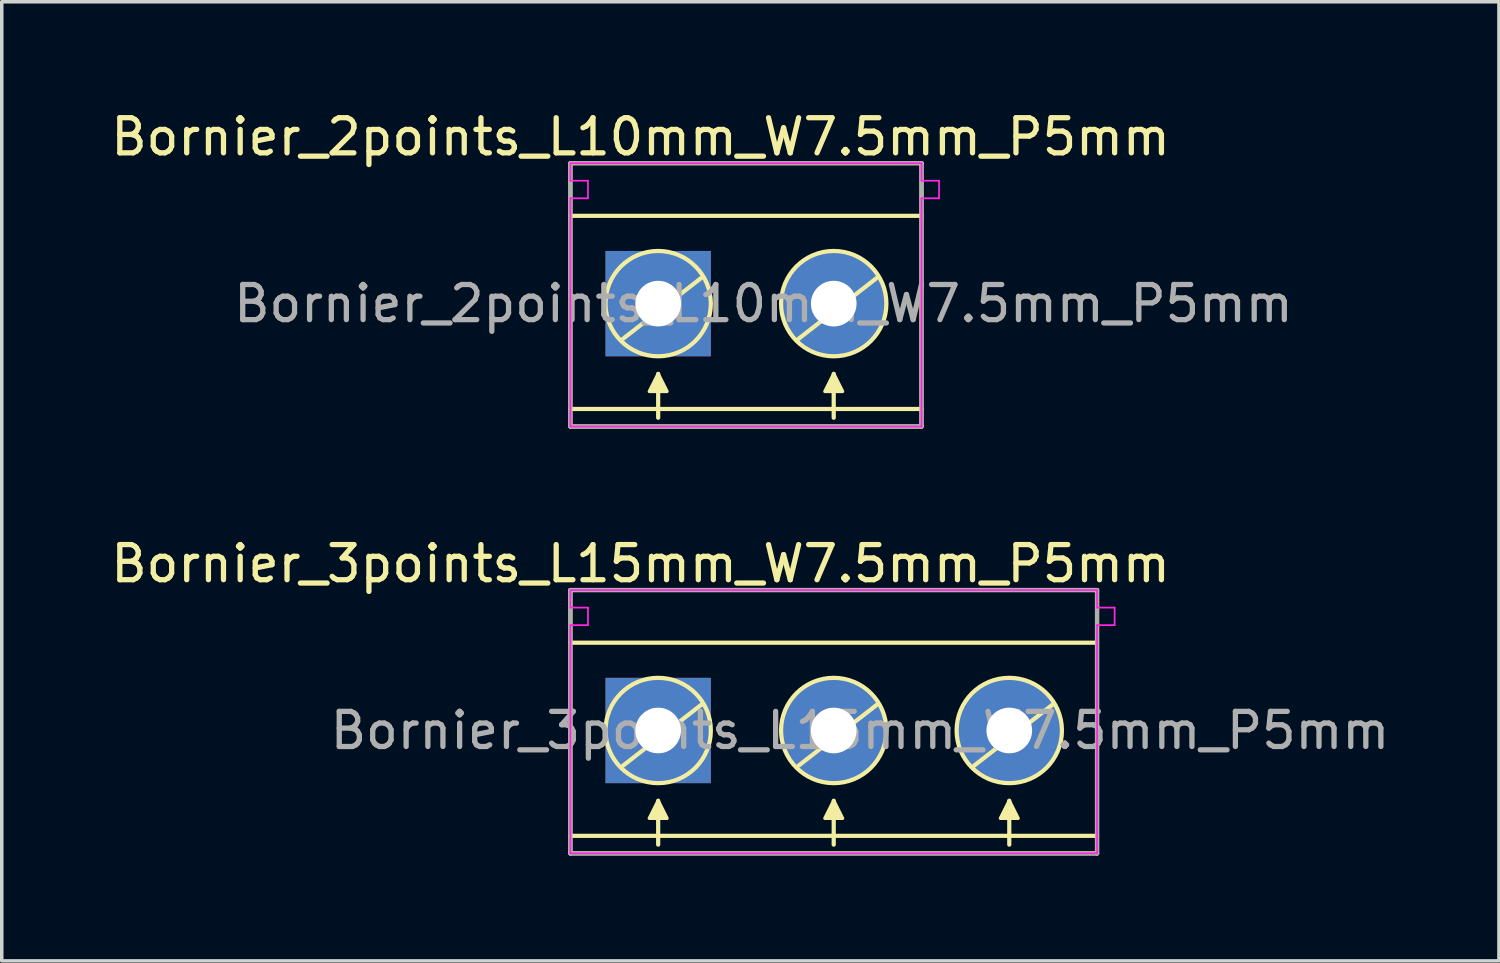
<source format=kicad_pcb>
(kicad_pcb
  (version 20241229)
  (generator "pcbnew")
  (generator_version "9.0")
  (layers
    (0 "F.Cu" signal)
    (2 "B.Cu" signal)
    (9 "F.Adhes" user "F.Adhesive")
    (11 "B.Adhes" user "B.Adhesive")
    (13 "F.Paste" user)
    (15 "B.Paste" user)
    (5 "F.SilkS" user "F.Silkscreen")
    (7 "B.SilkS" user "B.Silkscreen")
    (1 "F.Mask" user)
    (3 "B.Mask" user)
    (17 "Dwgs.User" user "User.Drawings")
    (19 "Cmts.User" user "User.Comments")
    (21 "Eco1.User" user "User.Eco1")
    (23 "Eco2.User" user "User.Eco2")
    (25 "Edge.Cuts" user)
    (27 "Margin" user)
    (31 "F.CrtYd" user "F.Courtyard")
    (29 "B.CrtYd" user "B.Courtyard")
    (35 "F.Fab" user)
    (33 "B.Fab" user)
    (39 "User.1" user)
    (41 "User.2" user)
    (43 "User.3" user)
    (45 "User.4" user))
  (footprint "Bornier_3points_L15mm_W7.5mm_P5mm"
    (layer "F.Cu")
    (at 15.696 17.756)
    (property "Reference" "Bornier_3points_L15mm_W7.5mm_P5mm" (at -0.5 -4.75 0) (layer "F.SilkS") (effects (font (size 1 1) (thickness 0.15))))
    (attr through_hole)
    (fp_line (start -2.5 -4) (end 12.5 -4) (stroke (width 0.12) (type solid)) (layer "F.SilkS"))
    (fp_line (start -2.5 -2.5) (end 12.5 -2.5) (stroke (width 0.12) (type solid)) (layer "F.SilkS"))
    (fp_line (start -2.5 3) (end 12.5 3) (stroke (width 0.12) (type solid)) (layer "F.SilkS"))
    (fp_line (start -2.5 3.5) (end -2.5 -4) (stroke (width 0.12) (type solid)) (layer "F.SilkS"))
    (fp_line (start 0 3.25) (end 0 2) (stroke (width 0.12) (type solid)) (layer "F.SilkS"))
    (fp_line (start 1.25 -0.75) (end -1 1) (stroke (width 0.12) (type solid)) (layer "F.SilkS"))
    (fp_line (start 5 3.25) (end 5 2) (stroke (width 0.12) (type solid)) (layer "F.SilkS"))
    (fp_line (start 6.25 -0.75) (end 4 1) (stroke (width 0.12) (type solid)) (layer "F.SilkS"))
    (fp_line (start 10 3.25) (end 10 2) (stroke (width 0.12) (type solid)) (layer "F.SilkS"))
    (fp_line (start 11.25 -0.75) (end 9 1) (stroke (width 0.12) (type solid)) (layer "F.SilkS"))
    (fp_line (start 12.5 -4) (end 12.5 3.5) (stroke (width 0.12) (type solid)) (layer "F.SilkS"))
    (fp_line (start 12.5 3.5) (end -2.5 3.5) (stroke (width 0.12) (type solid)) (layer "F.SilkS"))
    (fp_circle (center 0 0) (end 1.5 0) (stroke (width 0.12) (type solid)) (fill no) (layer "F.SilkS"))
    (fp_circle (center 5 0) (end 6.5 0) (stroke (width 0.12) (type solid)) (fill no) (layer "F.SilkS"))
    (fp_circle (center 10 0) (end 11.5 0) (stroke (width 0.12) (type solid)) (fill no) (layer "F.SilkS"))
    (fp_poly (pts (xy 0.25 2.5) (xy -0.25 2.5) (xy 0 2)) (stroke (width 0.1) (type solid)) (fill yes) (layer "F.SilkS"))
    (fp_poly (pts (xy 5.25 2.5) (xy 4.75 2.5) (xy 5 2)) (stroke (width 0.1) (type solid)) (fill yes) (layer "F.SilkS"))
    (fp_poly (pts (xy 10.25 2.5) (xy 9.75 2.5) (xy 10 2)) (stroke (width 0.1) (type solid)) (fill yes) (layer "F.SilkS"))
    (fp_line (start -2.5 -4) (end 12.5 -4) (stroke (width 0.05) (type solid)) (layer "F.CrtYd"))
    (fp_line (start -2.5 -3.5) (end -2.5 -4) (stroke (width 0.05) (type solid)) (layer "F.CrtYd"))
    (fp_line (start -2.5 -3) (end -2 -3) (stroke (width 0.05) (type solid)) (layer "F.CrtYd"))
    (fp_line (start -2.5 3.5) (end -2.5 -3) (stroke (width 0.05) (type solid)) (layer "F.CrtYd"))
    (fp_line (start -2 -3.5) (end -2.5 -3.5) (stroke (width 0.05) (type solid)) (layer "F.CrtYd"))
    (fp_line (start -2 -3) (end -2 -3.5) (stroke (width 0.05) (type solid)) (layer "F.CrtYd"))
    (fp_line (start 12.5 -4) (end 12.5 -3.5) (stroke (width 0.05) (type solid)) (layer "F.CrtYd"))
    (fp_line (start 12.5 -3.5) (end 13 -3.5) (stroke (width 0.05) (type solid)) (layer "F.CrtYd"))
    (fp_line (start 12.5 -3) (end 12.5 3.5) (stroke (width 0.05) (type solid)) (layer "F.CrtYd"))
    (fp_line (start 12.5 3.5) (end -2.5 3.5) (stroke (width 0.05) (type solid)) (layer "F.CrtYd"))
    (fp_line (start 13 -3.5) (end 13 -3) (stroke (width 0.05) (type solid)) (layer "F.CrtYd"))
    (fp_line (start 13 -3) (end 12.5 -3) (stroke (width 0.05) (type solid)) (layer "F.CrtYd"))
    (fp_line (start -2.5 -4) (end 12.5 -4) (stroke (width 0.12) (type solid)) (layer "F.Fab"))
    (fp_line (start -2.5 3.5) (end -2.5 -4) (stroke (width 0.12) (type solid)) (layer "F.Fab"))
    (fp_line (start 12.5 -4) (end 12.5 3.5) (stroke (width 0.12) (type solid)) (layer "F.Fab"))
    (fp_line (start 12.5 3.5) (end -2.5 3.5) (stroke (width 0.12) (type solid)) (layer "F.Fab"))
    (fp_text user "${REFERENCE}" (at 5.75 0 0) (layer "F.Fab") (effects (font (size 1 1) (thickness 0.15))))
    (pad "1" thru_hole rect (at 0 0) (size 3 3) (drill 1.3) (layers "*.Cu" "*.Mask"))
    (pad "2" thru_hole circle (at 5 0) (size 3 3) (drill 1.3) (layers "*.Cu" "*.Mask"))
    (pad "3" thru_hole circle (at 10 0) (size 3 3) (drill 1.3) (layers "*.Cu" "*.Mask")))
  (footprint "Bornier_2points_L10mm_W7.5mm_P5mm"
    (layer "F.Cu")
    (at 15.696 5.598)
    (property "Reference" "Bornier_2points_L10mm_W7.5mm_P5mm" (at -0.5 -4.75 0) (layer "F.SilkS") (effects (font (size 1 1) (thickness 0.15))))
    (attr through_hole)
    (fp_line (start -2.5 -4) (end 7.5 -4) (stroke (width 0.12) (type solid)) (layer "F.SilkS"))
    (fp_line (start -2.5 -2.5) (end 7.5 -2.5) (stroke (width 0.12) (type solid)) (layer "F.SilkS"))
    (fp_line (start -2.5 3) (end 7.5 3) (stroke (width 0.12) (type solid)) (layer "F.SilkS"))
    (fp_line (start -2.5 3.5) (end -2.5 -4) (stroke (width 0.12) (type solid)) (layer "F.SilkS"))
    (fp_line (start 0 3.25) (end 0 2) (stroke (width 0.12) (type solid)) (layer "F.SilkS"))
    (fp_line (start 1.25 -0.75) (end -1 1) (stroke (width 0.12) (type solid)) (layer "F.SilkS"))
    (fp_line (start 5 3.25) (end 5 2) (stroke (width 0.12) (type solid)) (layer "F.SilkS"))
    (fp_line (start 6.25 -0.75) (end 4 1) (stroke (width 0.12) (type solid)) (layer "F.SilkS"))
    (fp_line (start 7.5 -4) (end 7.5 3.5) (stroke (width 0.12) (type solid)) (layer "F.SilkS"))
    (fp_line (start 7.5 3.5) (end -2.5 3.5) (stroke (width 0.12) (type solid)) (layer "F.SilkS"))
    (fp_circle (center 0 0) (end 1.5 0) (stroke (width 0.12) (type solid)) (fill no) (layer "F.SilkS"))
    (fp_circle (center 5 0) (end 6.5 0) (stroke (width 0.12) (type solid)) (fill no) (layer "F.SilkS"))
    (fp_poly (pts (xy 0.25 2.5) (xy -0.25 2.5) (xy 0 2)) (stroke (width 0.1) (type solid)) (fill yes) (layer "F.SilkS"))
    (fp_poly (pts (xy 5.25 2.5) (xy 4.75 2.5) (xy 5 2)) (stroke (width 0.1) (type solid)) (fill yes) (layer "F.SilkS"))
    (fp_line (start -2.5 -4) (end 7.5 -4) (stroke (width 0.05) (type solid)) (layer "F.CrtYd"))
    (fp_line (start -2.5 -3.5) (end -2.5 -4) (stroke (width 0.05) (type solid)) (layer "F.CrtYd"))
    (fp_line (start -2.5 -3) (end -2 -3) (stroke (width 0.05) (type solid)) (layer "F.CrtYd"))
    (fp_line (start -2.5 3.5) (end -2.5 -3) (stroke (width 0.05) (type solid)) (layer "F.CrtYd"))
    (fp_line (start -2 -3.5) (end -2.5 -3.5) (stroke (width 0.05) (type solid)) (layer "F.CrtYd"))
    (fp_line (start -2 -3) (end -2 -3.5) (stroke (width 0.05) (type solid)) (layer "F.CrtYd"))
    (fp_line (start 7.5 -4) (end 7.5 -3.5) (stroke (width 0.05) (type solid)) (layer "F.CrtYd"))
    (fp_line (start 7.5 -3.5) (end 8 -3.5) (stroke (width 0.05) (type solid)) (layer "F.CrtYd"))
    (fp_line (start 7.5 -3) (end 7.5 3.5) (stroke (width 0.05) (type solid)) (layer "F.CrtYd"))
    (fp_line (start 7.5 3.5) (end -2.5 3.5) (stroke (width 0.05) (type solid)) (layer "F.CrtYd"))
    (fp_line (start 8 -3.5) (end 8 -3) (stroke (width 0.05) (type solid)) (layer "F.CrtYd"))
    (fp_line (start 8 -3) (end 7.5 -3) (stroke (width 0.05) (type solid)) (layer "F.CrtYd"))
    (fp_line (start -2.5 -4) (end 7.5 -4) (stroke (width 0.12) (type solid)) (layer "F.Fab"))
    (fp_line (start -2.5 3.5) (end -2.5 -4) (stroke (width 0.12) (type solid)) (layer "F.Fab"))
    (fp_line (start 7.5 -4) (end 7.5 3.5) (stroke (width 0.12) (type solid)) (layer "F.Fab"))
    (fp_line (start 7.5 3.5) (end -2.5 3.5) (stroke (width 0.12) (type solid)) (layer "F.Fab"))
    (fp_text user "${REFERENCE}" (at 3 0 0) (layer "F.Fab") (effects (font (size 1 1) (thickness 0.15))))
    (pad "1" thru_hole rect (at 0 0) (size 3 3) (drill 1.3) (layers "*.Cu" "*.Mask"))
    (pad "2" thru_hole circle (at 5 0) (size 3 3) (drill 1.3) (layers "*.Cu" "*.Mask")))
  (gr_rect
    (start -3 -3)
    (end 39.643 24.317)
    (stroke (width 0.1) (type default))
    (fill no)
    (layer "Edge.Cuts")))
</source>
